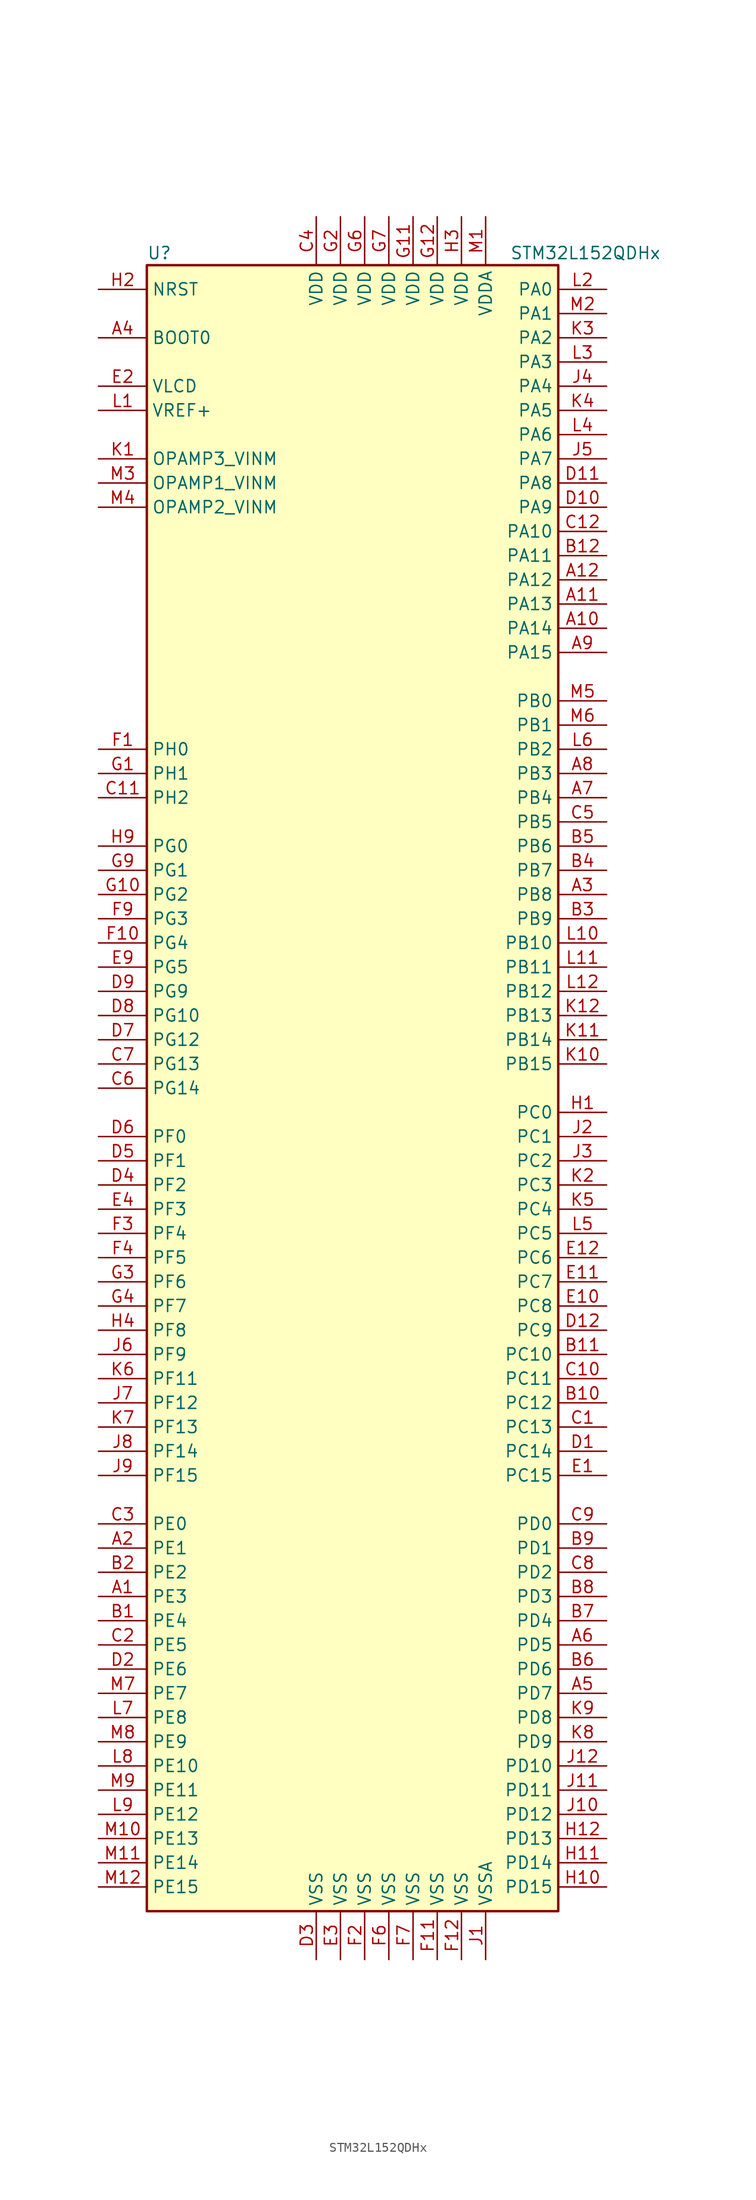
<source format=kicad_sym>
(kicad_symbol_lib
  (version 20211014)
  (generator kicad_symbol_editor)
  (symbol "STM32L152QDHx"
    (property "Reference" "U"
      (at -22.86 87.63 0)
      (effects (font (size 1.27 1.27)) (justify left)))
    (property "Value" "STM32L152QDHx"
      (at 15.24 87.63 0)
      (effects (font (size 1.27 1.27)) (justify left)))
    (symbol "STM32L152QDHx_0_1"
      (rectangle (start -22.86 -86.36) (end 20.32 86.36) (stroke (width 0.254) (type default) (color 0 0 0 0)) (fill (type background))))
    (symbol "STM32L152QDHx_1_1"
      (pin bidirectional line (at -27.94 -53.34 0) (length 5.08) (name "PE3" (effects (font (size 1.27 1.27)))) (number "A1" (effects (font (size 1.27 1.27)))))
      (pin bidirectional line (at 25.4 48.26 180) (length 5.08) (name "PA14" (effects (font (size 1.27 1.27)))) (number "A10" (effects (font (size 1.27 1.27)))))
      (pin bidirectional line (at 25.4 50.8 180) (length 5.08) (name "PA13" (effects (font (size 1.27 1.27)))) (number "A11" (effects (font (size 1.27 1.27)))))
      (pin bidirectional line (at 25.4 53.34 180) (length 5.08) (name "PA12" (effects (font (size 1.27 1.27)))) (number "A12" (effects (font (size 1.27 1.27)))))
      (pin bidirectional line (at -27.94 -48.26 0) (length 5.08) (name "PE1" (effects (font (size 1.27 1.27)))) (number "A2" (effects (font (size 1.27 1.27)))))
      (pin bidirectional line (at 25.4 20.32 180) (length 5.08) (name "PB8" (effects (font (size 1.27 1.27)))) (number "A3" (effects (font (size 1.27 1.27)))))
      (pin input line (at -27.94 78.74 0) (length 5.08) (name "BOOT0" (effects (font (size 1.27 1.27)))) (number "A4" (effects (font (size 1.27 1.27)))))
      (pin bidirectional line (at 25.4 -63.5 180) (length 5.08) (name "PD7" (effects (font (size 1.27 1.27)))) (number "A5" (effects (font (size 1.27 1.27)))))
      (pin bidirectional line (at 25.4 -58.42 180) (length 5.08) (name "PD5" (effects (font (size 1.27 1.27)))) (number "A6" (effects (font (size 1.27 1.27)))))
      (pin bidirectional line (at 25.4 30.48 180) (length 5.08) (name "PB4" (effects (font (size 1.27 1.27)))) (number "A7" (effects (font (size 1.27 1.27)))))
      (pin bidirectional line (at 25.4 33.02 180) (length 5.08) (name "PB3" (effects (font (size 1.27 1.27)))) (number "A8" (effects (font (size 1.27 1.27)))))
      (pin bidirectional line (at 25.4 45.72 180) (length 5.08) (name "PA15" (effects (font (size 1.27 1.27)))) (number "A9" (effects (font (size 1.27 1.27)))))
      (pin bidirectional line (at -27.94 -55.88 0) (length 5.08) (name "PE4" (effects (font (size 1.27 1.27)))) (number "B1" (effects (font (size 1.27 1.27)))))
      (pin bidirectional line (at 25.4 -33.02 180) (length 5.08) (name "PC12" (effects (font (size 1.27 1.27)))) (number "B10" (effects (font (size 1.27 1.27)))))
      (pin bidirectional line (at 25.4 -27.94 180) (length 5.08) (name "PC10" (effects (font (size 1.27 1.27)))) (number "B11" (effects (font (size 1.27 1.27)))))
      (pin bidirectional line (at 25.4 55.88 180) (length 5.08) (name "PA11" (effects (font (size 1.27 1.27)))) (number "B12" (effects (font (size 1.27 1.27)))))
      (pin bidirectional line (at -27.94 -50.8 0) (length 5.08) (name "PE2" (effects (font (size 1.27 1.27)))) (number "B2" (effects (font (size 1.27 1.27)))))
      (pin bidirectional line (at 25.4 17.78 180) (length 5.08) (name "PB9" (effects (font (size 1.27 1.27)))) (number "B3" (effects (font (size 1.27 1.27)))))
      (pin bidirectional line (at 25.4 22.86 180) (length 5.08) (name "PB7" (effects (font (size 1.27 1.27)))) (number "B4" (effects (font (size 1.27 1.27)))))
      (pin bidirectional line (at 25.4 25.4 180) (length 5.08) (name "PB6" (effects (font (size 1.27 1.27)))) (number "B5" (effects (font (size 1.27 1.27)))))
      (pin bidirectional line (at 25.4 -60.96 180) (length 5.08) (name "PD6" (effects (font (size 1.27 1.27)))) (number "B6" (effects (font (size 1.27 1.27)))))
      (pin bidirectional line (at 25.4 -55.88 180) (length 5.08) (name "PD4" (effects (font (size 1.27 1.27)))) (number "B7" (effects (font (size 1.27 1.27)))))
      (pin bidirectional line (at 25.4 -53.34 180) (length 5.08) (name "PD3" (effects (font (size 1.27 1.27)))) (number "B8" (effects (font (size 1.27 1.27)))))
      (pin bidirectional line (at 25.4 -48.26 180) (length 5.08) (name "PD1" (effects (font (size 1.27 1.27)))) (number "B9" (effects (font (size 1.27 1.27)))))
      (pin bidirectional line (at 25.4 -35.56 180) (length 5.08) (name "PC13" (effects (font (size 1.27 1.27)))) (number "C1" (effects (font (size 1.27 1.27)))))
      (pin bidirectional line (at 25.4 -30.48 180) (length 5.08) (name "PC11" (effects (font (size 1.27 1.27)))) (number "C10" (effects (font (size 1.27 1.27)))))
      (pin bidirectional line (at -27.94 30.48 0) (length 5.08) (name "PH2" (effects (font (size 1.27 1.27)))) (number "C11" (effects (font (size 1.27 1.27)))))
      (pin bidirectional line (at 25.4 58.42 180) (length 5.08) (name "PA10" (effects (font (size 1.27 1.27)))) (number "C12" (effects (font (size 1.27 1.27)))))
      (pin bidirectional line (at -27.94 -58.42 0) (length 5.08) (name "PE5" (effects (font (size 1.27 1.27)))) (number "C2" (effects (font (size 1.27 1.27)))))
      (pin bidirectional line (at -27.94 -45.72 0) (length 5.08) (name "PE0" (effects (font (size 1.27 1.27)))) (number "C3" (effects (font (size 1.27 1.27)))))
      (pin power_in line (at -5.08 91.44 270) (length 5.08) (name "VDD" (effects (font (size 1.27 1.27)))) (number "C4" (effects (font (size 1.27 1.27)))))
      (pin bidirectional line (at 25.4 27.94 180) (length 5.08) (name "PB5" (effects (font (size 1.27 1.27)))) (number "C5" (effects (font (size 1.27 1.27)))))
      (pin bidirectional line (at -27.94 0 0) (length 5.08) (name "PG14" (effects (font (size 1.27 1.27)))) (number "C6" (effects (font (size 1.27 1.27)))))
      (pin bidirectional line (at -27.94 2.54 0) (length 5.08) (name "PG13" (effects (font (size 1.27 1.27)))) (number "C7" (effects (font (size 1.27 1.27)))))
      (pin bidirectional line (at 25.4 -50.8 180) (length 5.08) (name "PD2" (effects (font (size 1.27 1.27)))) (number "C8" (effects (font (size 1.27 1.27)))))
      (pin bidirectional line (at 25.4 -45.72 180) (length 5.08) (name "PD0" (effects (font (size 1.27 1.27)))) (number "C9" (effects (font (size 1.27 1.27)))))
      (pin bidirectional line (at 25.4 -38.1 180) (length 5.08) (name "PC14" (effects (font (size 1.27 1.27)))) (number "D1" (effects (font (size 1.27 1.27)))))
      (pin bidirectional line (at 25.4 60.96 180) (length 5.08) (name "PA9" (effects (font (size 1.27 1.27)))) (number "D10" (effects (font (size 1.27 1.27)))))
      (pin bidirectional line (at 25.4 63.5 180) (length 5.08) (name "PA8" (effects (font (size 1.27 1.27)))) (number "D11" (effects (font (size 1.27 1.27)))))
      (pin bidirectional line (at 25.4 -25.4 180) (length 5.08) (name "PC9" (effects (font (size 1.27 1.27)))) (number "D12" (effects (font (size 1.27 1.27)))))
      (pin bidirectional line (at -27.94 -60.96 0) (length 5.08) (name "PE6" (effects (font (size 1.27 1.27)))) (number "D2" (effects (font (size 1.27 1.27)))))
      (pin power_in line (at -5.08 -91.44 90) (length 5.08) (name "VSS" (effects (font (size 1.27 1.27)))) (number "D3" (effects (font (size 1.27 1.27)))))
      (pin bidirectional line (at -27.94 -10.16 0) (length 5.08) (name "PF2" (effects (font (size 1.27 1.27)))) (number "D4" (effects (font (size 1.27 1.27)))))
      (pin bidirectional line (at -27.94 -7.62 0) (length 5.08) (name "PF1" (effects (font (size 1.27 1.27)))) (number "D5" (effects (font (size 1.27 1.27)))))
      (pin bidirectional line (at -27.94 -5.08 0) (length 5.08) (name "PF0" (effects (font (size 1.27 1.27)))) (number "D6" (effects (font (size 1.27 1.27)))))
      (pin bidirectional line (at -27.94 5.08 0) (length 5.08) (name "PG12" (effects (font (size 1.27 1.27)))) (number "D7" (effects (font (size 1.27 1.27)))))
      (pin bidirectional line (at -27.94 7.62 0) (length 5.08) (name "PG10" (effects (font (size 1.27 1.27)))) (number "D8" (effects (font (size 1.27 1.27)))))
      (pin bidirectional line (at -27.94 10.16 0) (length 5.08) (name "PG9" (effects (font (size 1.27 1.27)))) (number "D9" (effects (font (size 1.27 1.27)))))
      (pin bidirectional line (at 25.4 -40.64 180) (length 5.08) (name "PC15" (effects (font (size 1.27 1.27)))) (number "E1" (effects (font (size 1.27 1.27)))))
      (pin bidirectional line (at 25.4 -22.86 180) (length 5.08) (name "PC8" (effects (font (size 1.27 1.27)))) (number "E10" (effects (font (size 1.27 1.27)))))
      (pin bidirectional line (at 25.4 -20.32 180) (length 5.08) (name "PC7" (effects (font (size 1.27 1.27)))) (number "E11" (effects (font (size 1.27 1.27)))))
      (pin bidirectional line (at 25.4 -17.78 180) (length 5.08) (name "PC6" (effects (font (size 1.27 1.27)))) (number "E12" (effects (font (size 1.27 1.27)))))
      (pin power_in line (at -27.94 73.66 0) (length 5.08) (name "VLCD" (effects (font (size 1.27 1.27)))) (number "E2" (effects (font (size 1.27 1.27)))))
      (pin power_in line (at -2.54 -91.44 90) (length 5.08) (name "VSS" (effects (font (size 1.27 1.27)))) (number "E3" (effects (font (size 1.27 1.27)))))
      (pin bidirectional line (at -27.94 -12.7 0) (length 5.08) (name "PF3" (effects (font (size 1.27 1.27)))) (number "E4" (effects (font (size 1.27 1.27)))))
      (pin bidirectional line (at -27.94 12.7 0) (length 5.08) (name "PG5" (effects (font (size 1.27 1.27)))) (number "E9" (effects (font (size 1.27 1.27)))))
      (pin input line (at -27.94 35.56 0) (length 5.08) (name "PH0" (effects (font (size 1.27 1.27)))) (number "F1" (effects (font (size 1.27 1.27)))))
      (pin bidirectional line (at -27.94 15.24 0) (length 5.08) (name "PG4" (effects (font (size 1.27 1.27)))) (number "F10" (effects (font (size 1.27 1.27)))))
      (pin power_in line (at 7.62 -91.44 90) (length 5.08) (name "VSS" (effects (font (size 1.27 1.27)))) (number "F11" (effects (font (size 1.27 1.27)))))
      (pin power_in line (at 10.16 -91.44 90) (length 5.08) (name "VSS" (effects (font (size 1.27 1.27)))) (number "F12" (effects (font (size 1.27 1.27)))))
      (pin power_in line (at 0 -91.44 90) (length 5.08) (name "VSS" (effects (font (size 1.27 1.27)))) (number "F2" (effects (font (size 1.27 1.27)))))
      (pin bidirectional line (at -27.94 -15.24 0) (length 5.08) (name "PF4" (effects (font (size 1.27 1.27)))) (number "F3" (effects (font (size 1.27 1.27)))))
      (pin bidirectional line (at -27.94 -17.78 0) (length 5.08) (name "PF5" (effects (font (size 1.27 1.27)))) (number "F4" (effects (font (size 1.27 1.27)))))
      (pin power_in line (at 2.54 -91.44 90) (length 5.08) (name "VSS" (effects (font (size 1.27 1.27)))) (number "F6" (effects (font (size 1.27 1.27)))))
      (pin power_in line (at 5.08 -91.44 90) (length 5.08) (name "VSS" (effects (font (size 1.27 1.27)))) (number "F7" (effects (font (size 1.27 1.27)))))
      (pin bidirectional line (at -27.94 17.78 0) (length 5.08) (name "PG3" (effects (font (size 1.27 1.27)))) (number "F9" (effects (font (size 1.27 1.27)))))
      (pin input line (at -27.94 33.02 0) (length 5.08) (name "PH1" (effects (font (size 1.27 1.27)))) (number "G1" (effects (font (size 1.27 1.27)))))
      (pin bidirectional line (at -27.94 20.32 0) (length 5.08) (name "PG2" (effects (font (size 1.27 1.27)))) (number "G10" (effects (font (size 1.27 1.27)))))
      (pin power_in line (at 5.08 91.44 270) (length 5.08) (name "VDD" (effects (font (size 1.27 1.27)))) (number "G11" (effects (font (size 1.27 1.27)))))
      (pin power_in line (at 7.62 91.44 270) (length 5.08) (name "VDD" (effects (font (size 1.27 1.27)))) (number "G12" (effects (font (size 1.27 1.27)))))
      (pin power_in line (at -2.54 91.44 270) (length 5.08) (name "VDD" (effects (font (size 1.27 1.27)))) (number "G2" (effects (font (size 1.27 1.27)))))
      (pin bidirectional line (at -27.94 -20.32 0) (length 5.08) (name "PF6" (effects (font (size 1.27 1.27)))) (number "G3" (effects (font (size 1.27 1.27)))))
      (pin bidirectional line (at -27.94 -22.86 0) (length 5.08) (name "PF7" (effects (font (size 1.27 1.27)))) (number "G4" (effects (font (size 1.27 1.27)))))
      (pin power_in line (at 0 91.44 270) (length 5.08) (name "VDD" (effects (font (size 1.27 1.27)))) (number "G6" (effects (font (size 1.27 1.27)))))
      (pin power_in line (at 2.54 91.44 270) (length 5.08) (name "VDD" (effects (font (size 1.27 1.27)))) (number "G7" (effects (font (size 1.27 1.27)))))
      (pin bidirectional line (at -27.94 22.86 0) (length 5.08) (name "PG1" (effects (font (size 1.27 1.27)))) (number "G9" (effects (font (size 1.27 1.27)))))
      (pin bidirectional line (at 25.4 -2.54 180) (length 5.08) (name "PC0" (effects (font (size 1.27 1.27)))) (number "H1" (effects (font (size 1.27 1.27)))))
      (pin bidirectional line (at 25.4 -83.82 180) (length 5.08) (name "PD15" (effects (font (size 1.27 1.27)))) (number "H10" (effects (font (size 1.27 1.27)))))
      (pin bidirectional line (at 25.4 -81.28 180) (length 5.08) (name "PD14" (effects (font (size 1.27 1.27)))) (number "H11" (effects (font (size 1.27 1.27)))))
      (pin bidirectional line (at 25.4 -78.74 180) (length 5.08) (name "PD13" (effects (font (size 1.27 1.27)))) (number "H12" (effects (font (size 1.27 1.27)))))
      (pin input line (at -27.94 83.82 0) (length 5.08) (name "NRST" (effects (font (size 1.27 1.27)))) (number "H2" (effects (font (size 1.27 1.27)))))
      (pin power_in line (at 10.16 91.44 270) (length 5.08) (name "VDD" (effects (font (size 1.27 1.27)))) (number "H3" (effects (font (size 1.27 1.27)))))
      (pin bidirectional line (at -27.94 -25.4 0) (length 5.08) (name "PF8" (effects (font (size 1.27 1.27)))) (number "H4" (effects (font (size 1.27 1.27)))))
      (pin bidirectional line (at -27.94 25.4 0) (length 5.08) (name "PG0" (effects (font (size 1.27 1.27)))) (number "H9" (effects (font (size 1.27 1.27)))))
      (pin power_in line (at 12.7 -91.44 90) (length 5.08) (name "VSSA" (effects (font (size 1.27 1.27)))) (number "J1" (effects (font (size 1.27 1.27)))))
      (pin bidirectional line (at 25.4 -76.2 180) (length 5.08) (name "PD12" (effects (font (size 1.27 1.27)))) (number "J10" (effects (font (size 1.27 1.27)))))
      (pin bidirectional line (at 25.4 -73.66 180) (length 5.08) (name "PD11" (effects (font (size 1.27 1.27)))) (number "J11" (effects (font (size 1.27 1.27)))))
      (pin bidirectional line (at 25.4 -71.12 180) (length 5.08) (name "PD10" (effects (font (size 1.27 1.27)))) (number "J12" (effects (font (size 1.27 1.27)))))
      (pin bidirectional line (at 25.4 -5.08 180) (length 5.08) (name "PC1" (effects (font (size 1.27 1.27)))) (number "J2" (effects (font (size 1.27 1.27)))))
      (pin bidirectional line (at 25.4 -7.62 180) (length 5.08) (name "PC2" (effects (font (size 1.27 1.27)))) (number "J3" (effects (font (size 1.27 1.27)))))
      (pin bidirectional line (at 25.4 73.66 180) (length 5.08) (name "PA4" (effects (font (size 1.27 1.27)))) (number "J4" (effects (font (size 1.27 1.27)))))
      (pin bidirectional line (at 25.4 66.04 180) (length 5.08) (name "PA7" (effects (font (size 1.27 1.27)))) (number "J5" (effects (font (size 1.27 1.27)))))
      (pin bidirectional line (at -27.94 -27.94 0) (length 5.08) (name "PF9" (effects (font (size 1.27 1.27)))) (number "J6" (effects (font (size 1.27 1.27)))))
      (pin bidirectional line (at -27.94 -33.02 0) (length 5.08) (name "PF12" (effects (font (size 1.27 1.27)))) (number "J7" (effects (font (size 1.27 1.27)))))
      (pin bidirectional line (at -27.94 -38.1 0) (length 5.08) (name "PF14" (effects (font (size 1.27 1.27)))) (number "J8" (effects (font (size 1.27 1.27)))))
      (pin bidirectional line (at -27.94 -40.64 0) (length 5.08) (name "PF15" (effects (font (size 1.27 1.27)))) (number "J9" (effects (font (size 1.27 1.27)))))
      (pin bidirectional line (at -27.94 66.04 0) (length 5.08) (name "OPAMP3_VINM" (effects (font (size 1.27 1.27)))) (number "K1" (effects (font (size 1.27 1.27)))))
      (pin bidirectional line (at 25.4 2.54 180) (length 5.08) (name "PB15" (effects (font (size 1.27 1.27)))) (number "K10" (effects (font (size 1.27 1.27)))))
      (pin bidirectional line (at 25.4 5.08 180) (length 5.08) (name "PB14" (effects (font (size 1.27 1.27)))) (number "K11" (effects (font (size 1.27 1.27)))))
      (pin bidirectional line (at 25.4 7.62 180) (length 5.08) (name "PB13" (effects (font (size 1.27 1.27)))) (number "K12" (effects (font (size 1.27 1.27)))))
      (pin bidirectional line (at 25.4 -10.16 180) (length 5.08) (name "PC3" (effects (font (size 1.27 1.27)))) (number "K2" (effects (font (size 1.27 1.27)))))
      (pin bidirectional line (at 25.4 78.74 180) (length 5.08) (name "PA2" (effects (font (size 1.27 1.27)))) (number "K3" (effects (font (size 1.27 1.27)))))
      (pin bidirectional line (at 25.4 71.12 180) (length 5.08) (name "PA5" (effects (font (size 1.27 1.27)))) (number "K4" (effects (font (size 1.27 1.27)))))
      (pin bidirectional line (at 25.4 -12.7 180) (length 5.08) (name "PC4" (effects (font (size 1.27 1.27)))) (number "K5" (effects (font (size 1.27 1.27)))))
      (pin bidirectional line (at -27.94 -30.48 0) (length 5.08) (name "PF11" (effects (font (size 1.27 1.27)))) (number "K6" (effects (font (size 1.27 1.27)))))
      (pin bidirectional line (at -27.94 -35.56 0) (length 5.08) (name "PF13" (effects (font (size 1.27 1.27)))) (number "K7" (effects (font (size 1.27 1.27)))))
      (pin bidirectional line (at 25.4 -68.58 180) (length 5.08) (name "PD9" (effects (font (size 1.27 1.27)))) (number "K8" (effects (font (size 1.27 1.27)))))
      (pin bidirectional line (at 25.4 -66.04 180) (length 5.08) (name "PD8" (effects (font (size 1.27 1.27)))) (number "K9" (effects (font (size 1.27 1.27)))))
      (pin power_in line (at -27.94 71.12 0) (length 5.08) (name "VREF+" (effects (font (size 1.27 1.27)))) (number "L1" (effects (font (size 1.27 1.27)))))
      (pin bidirectional line (at 25.4 15.24 180) (length 5.08) (name "PB10" (effects (font (size 1.27 1.27)))) (number "L10" (effects (font (size 1.27 1.27)))))
      (pin bidirectional line (at 25.4 12.7 180) (length 5.08) (name "PB11" (effects (font (size 1.27 1.27)))) (number "L11" (effects (font (size 1.27 1.27)))))
      (pin bidirectional line (at 25.4 10.16 180) (length 5.08) (name "PB12" (effects (font (size 1.27 1.27)))) (number "L12" (effects (font (size 1.27 1.27)))))
      (pin bidirectional line (at 25.4 83.82 180) (length 5.08) (name "PA0" (effects (font (size 1.27 1.27)))) (number "L2" (effects (font (size 1.27 1.27)))))
      (pin bidirectional line (at 25.4 76.2 180) (length 5.08) (name "PA3" (effects (font (size 1.27 1.27)))) (number "L3" (effects (font (size 1.27 1.27)))))
      (pin bidirectional line (at 25.4 68.58 180) (length 5.08) (name "PA6" (effects (font (size 1.27 1.27)))) (number "L4" (effects (font (size 1.27 1.27)))))
      (pin bidirectional line (at 25.4 -15.24 180) (length 5.08) (name "PC5" (effects (font (size 1.27 1.27)))) (number "L5" (effects (font (size 1.27 1.27)))))
      (pin bidirectional line (at 25.4 35.56 180) (length 5.08) (name "PB2" (effects (font (size 1.27 1.27)))) (number "L6" (effects (font (size 1.27 1.27)))))
      (pin bidirectional line (at -27.94 -66.04 0) (length 5.08) (name "PE8" (effects (font (size 1.27 1.27)))) (number "L7" (effects (font (size 1.27 1.27)))))
      (pin bidirectional line (at -27.94 -71.12 0) (length 5.08) (name "PE10" (effects (font (size 1.27 1.27)))) (number "L8" (effects (font (size 1.27 1.27)))))
      (pin bidirectional line (at -27.94 -76.2 0) (length 5.08) (name "PE12" (effects (font (size 1.27 1.27)))) (number "L9" (effects (font (size 1.27 1.27)))))
      (pin power_in line (at 12.7 91.44 270) (length 5.08) (name "VDDA" (effects (font (size 1.27 1.27)))) (number "M1" (effects (font (size 1.27 1.27)))))
      (pin bidirectional line (at -27.94 -78.74 0) (length 5.08) (name "PE13" (effects (font (size 1.27 1.27)))) (number "M10" (effects (font (size 1.27 1.27)))))
      (pin bidirectional line (at -27.94 -81.28 0) (length 5.08) (name "PE14" (effects (font (size 1.27 1.27)))) (number "M11" (effects (font (size 1.27 1.27)))))
      (pin bidirectional line (at -27.94 -83.82 0) (length 5.08) (name "PE15" (effects (font (size 1.27 1.27)))) (number "M12" (effects (font (size 1.27 1.27)))))
      (pin bidirectional line (at 25.4 81.28 180) (length 5.08) (name "PA1" (effects (font (size 1.27 1.27)))) (number "M2" (effects (font (size 1.27 1.27)))))
      (pin bidirectional line (at -27.94 63.5 0) (length 5.08) (name "OPAMP1_VINM" (effects (font (size 1.27 1.27)))) (number "M3" (effects (font (size 1.27 1.27)))))
      (pin bidirectional line (at -27.94 60.96 0) (length 5.08) (name "OPAMP2_VINM" (effects (font (size 1.27 1.27)))) (number "M4" (effects (font (size 1.27 1.27)))))
      (pin bidirectional line (at 25.4 40.64 180) (length 5.08) (name "PB0" (effects (font (size 1.27 1.27)))) (number "M5" (effects (font (size 1.27 1.27)))))
      (pin bidirectional line (at 25.4 38.1 180) (length 5.08) (name "PB1" (effects (font (size 1.27 1.27)))) (number "M6" (effects (font (size 1.27 1.27)))))
      (pin bidirectional line (at -27.94 -63.5 0) (length 5.08) (name "PE7" (effects (font (size 1.27 1.27)))) (number "M7" (effects (font (size 1.27 1.27)))))
      (pin bidirectional line (at -27.94 -68.58 0) (length 5.08) (name "PE9" (effects (font (size 1.27 1.27)))) (number "M8" (effects (font (size 1.27 1.27)))))
      (pin bidirectional line (at -27.94 -73.66 0) (length 5.08) (name "PE11" (effects (font (size 1.27 1.27)))) (number "M9" (effects (font (size 1.27 1.27))))))))
</source>
